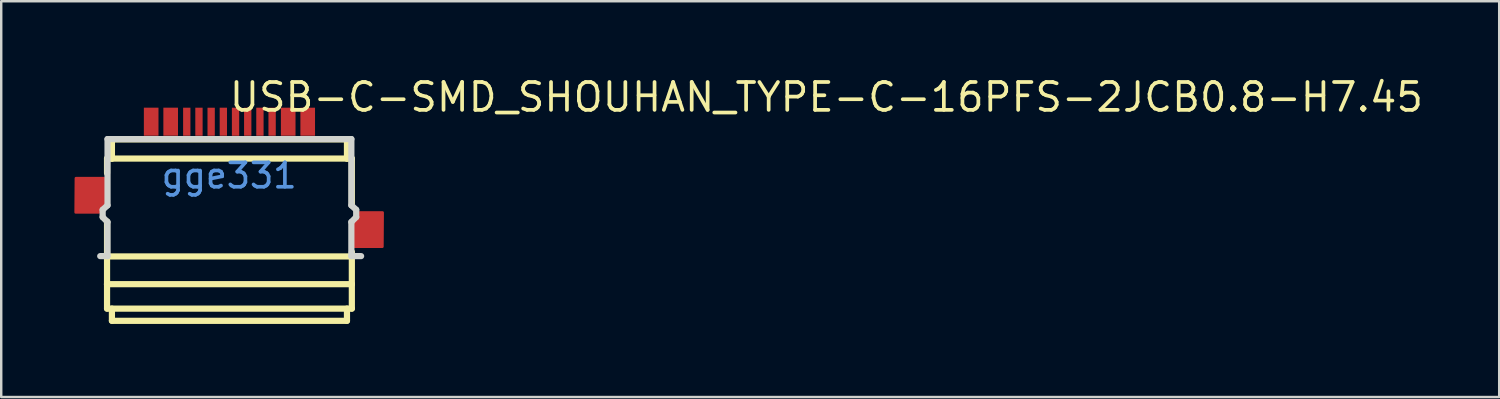
<source format=kicad_pcb>
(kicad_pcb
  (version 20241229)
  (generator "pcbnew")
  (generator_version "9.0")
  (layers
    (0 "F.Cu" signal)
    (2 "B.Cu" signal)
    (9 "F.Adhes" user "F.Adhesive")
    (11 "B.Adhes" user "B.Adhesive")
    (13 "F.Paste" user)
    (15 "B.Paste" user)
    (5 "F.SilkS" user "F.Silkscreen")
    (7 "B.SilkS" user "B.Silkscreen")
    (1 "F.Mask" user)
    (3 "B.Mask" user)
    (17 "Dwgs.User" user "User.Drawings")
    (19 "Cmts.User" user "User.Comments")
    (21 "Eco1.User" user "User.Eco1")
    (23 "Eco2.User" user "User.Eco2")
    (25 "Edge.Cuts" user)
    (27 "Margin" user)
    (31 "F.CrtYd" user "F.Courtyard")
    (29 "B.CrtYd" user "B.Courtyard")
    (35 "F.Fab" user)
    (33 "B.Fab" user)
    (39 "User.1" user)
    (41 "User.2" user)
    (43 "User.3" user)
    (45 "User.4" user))
  (footprint "USB-C-SMD_SHOUHAN_TYPE-C-16PFS-2JCB0.8-H7.45"
    (layer "F.Cu")
    (at 6.348 4.154)
    (property "Reference" "USB-C-SMD_SHOUHAN_TYPE-C-16PFS-2JCB0.8-H7.45" (at -0.071 -3.219 0) (layer "F.SilkS") (effects (font (size 1.143 1.143) (thickness 0.152)) (justify left)))
    (attr smd)
    (fp_poly (pts (xy -6.288 0.1) (xy -5.128 0.1) (xy -5.128 1.12) (xy -5.328 1.32) (xy -5.328 1.5) (xy -5.338 1.51) (xy -6.298 1.51)) (stroke (width 0) (type solid)) (fill yes) (layer "F.Cu"))
    (fp_line (start -5.01 4.45) (end 5.03 4.45) (stroke (width 0.254) (type solid)) (layer "F.SilkS"))
    (fp_line (start -5.008 -0.7) (end -4.808 -0.7) (stroke (width 0.254) (type solid)) (layer "F.SilkS"))
    (fp_line (start -5.008 -0.104) (end -5.008 -0.7) (stroke (width 0.254) (type solid)) (layer "F.SilkS"))
    (fp_line (start -5.008 3.313) (end -5.008 1.876) (stroke (width 0.254) (type solid)) (layer "F.SilkS"))
    (fp_line (start -5.008 3.313) (end 5.032 3.313) (stroke (width 0.254) (type solid)) (layer "F.SilkS"))
    (fp_line (start -5.008 4.453) (end -5.008 3.313) (stroke (width 0.254) (type solid)) (layer "F.SilkS"))
    (fp_line (start -5.008 4.453) (end -5.008 5.453) (stroke (width 0.254) (type solid)) (layer "F.SilkS"))
    (fp_line (start -5.008 5.453) (end 5.032 5.453) (stroke (width 0.254) (type solid)) (layer "F.SilkS"))
    (fp_line (start -4.808 -1.487) (end -4.808 -0.7) (stroke (width 0.254) (type solid)) (layer "F.SilkS"))
    (fp_line (start -4.808 -1.487) (end 4.832 -1.487) (stroke (width 0.254) (type solid)) (layer "F.SilkS"))
    (fp_line (start -4.808 -0.7) (end 4.832 -0.7) (stroke (width 0.254) (type solid)) (layer "F.SilkS"))
    (fp_line (start -4.808 5.453) (end -4.808 5.953) (stroke (width 0.254) (type solid)) (layer "F.SilkS"))
    (fp_line (start -4.808 5.953) (end 4.832 5.953) (stroke (width 0.254) (type solid)) (layer "F.SilkS"))
    (fp_line (start 4.832 -1.487) (end 4.832 -0.7) (stroke (width 0.254) (type solid)) (layer "F.SilkS"))
    (fp_line (start 4.832 5.453) (end 4.832 5.953) (stroke (width 0.254) (type solid)) (layer "F.SilkS"))
    (fp_line (start 5.032 -0.7) (end 4.832 -0.7) (stroke (width 0.254) (type solid)) (layer "F.SilkS"))
    (fp_line (start 5.032 1.15) (end 5.032 -0.7) (stroke (width 0.254) (type solid)) (layer "F.SilkS"))
    (fp_line (start 5.032 3.313) (end 5.032 3.129) (stroke (width 0.254) (type solid)) (layer "F.SilkS"))
    (fp_line (start 5.032 4.453) (end 5.032 3.313) (stroke (width 0.254) (type solid)) (layer "F.SilkS"))
    (fp_line (start 5.032 4.453) (end 5.032 5.453) (stroke (width 0.254) (type solid)) (layer "F.SilkS"))
    (fp_line (start -5.188 1.4) (end -4.989 1.218) (stroke (width 0.254) (type solid)) (layer "Edge.Cuts"))
    (fp_line (start -5.188 1.7) (end -5.188 1.4) (stroke (width 0.254) (type solid)) (layer "Edge.Cuts"))
    (fp_line (start -4.989 1.901) (end -5.188 1.7) (stroke (width 0.254) (type solid)) (layer "Edge.Cuts"))
    (fp_line (start -4.989 3.301) (end -4.989 1.901) (stroke (width 0.254) (type solid)) (layer "Edge.Cuts"))
    (fp_line (start -4.988 -1.5) (end -4.988 1.218) (stroke (width 0.254) (type solid)) (layer "Edge.Cuts"))
    (fp_line (start -4.988 -1.5) (end 5.012 -1.5) (stroke (width 0.254) (type solid)) (layer "Edge.Cuts"))
    (fp_line (start -4.988 3.3) (end -5.288 3.3) (stroke (width 0.254) (type solid)) (layer "Edge.Cuts"))
    (fp_line (start 5.012 1.217) (end 5.012 -1.5) (stroke (width 0.254) (type solid)) (layer "Edge.Cuts"))
    (fp_line (start 5.012 1.9) (end 5.211 1.699) (stroke (width 0.254) (type solid)) (layer "Edge.Cuts"))
    (fp_line (start 5.012 3.3) (end 5.012 1.9) (stroke (width 0.254) (type solid)) (layer "Edge.Cuts"))
    (fp_line (start 5.012 3.3) (end 5.412 3.3) (stroke (width 0.254) (type solid)) (layer "Edge.Cuts"))
    (fp_line (start 5.211 1.399) (end 5.012 1.217) (stroke (width 0.254) (type solid)) (layer "Edge.Cuts"))
    (fp_line (start 5.211 1.699) (end 5.211 1.399) (stroke (width 0.254) (type solid)) (layer "Edge.Cuts"))
    (fp_text user "gge331" (at 0 0 0) (layer "Cmts.User") (effects (font (size 1 1) (thickness 0.15))))
    (pad "13" smd custom (at -5.713 0.805) (size 1.17 1.41) (layers "F.Cu" "F.Mask" "F.Paste") (options (anchor circle)) (primitives (gr_poly (pts (xy 0.585 0.315) (xy 0.585 -0.705) (xy -0.575 -0.705) (xy -0.585 0.705) (xy 0.375 0.705) (xy 0.385 0.695) (xy 0.385 0.515) (xy 0.585 0.315)) (width 0.1) (fill yes))))
    (pad "14" smd custom (at 5.713 2.213 180) (size 1.17 1.41) (layers "F.Cu" "F.Mask" "F.Paste") (options (anchor circle)) (primitives (gr_poly (pts (xy 0.585 0.315) (xy 0.585 -0.705) (xy -0.575 -0.705) (xy -0.585 0.705) (xy 0.375 0.705) (xy 0.385 0.695) (xy 0.385 0.515) (xy 0.585 0.315)) (width 0.1) (fill yes))))
    (pad "A4B9" smd rect (at -2.398 -2.213 180) (size 0.6 1.15) (layers "F.Cu" "F.Mask" "F.Paste"))
    (pad "A5" smd rect (at -1.238 -2.212) (size 0.3 1.15) (layers "F.Cu" "F.Mask" "F.Paste"))
    (pad "A6" smd rect (at -0.238 -2.212) (size 0.3 1.15) (layers "F.Cu" "F.Mask" "F.Paste"))
    (pad "A7" smd rect (at 0.262 -2.211) (size 0.3 1.15) (layers "F.Cu" "F.Mask" "F.Paste"))
    (pad "A8" smd rect (at 1.262 -2.212) (size 0.3 1.15) (layers "F.Cu" "F.Mask" "F.Paste"))
    (pad "A9B4" smd rect (at 2.422 -2.212) (size 0.6 1.15) (layers "F.Cu" "F.Mask" "F.Paste"))
    (pad "B1A12" smd rect (at 3.222 -2.212) (size 0.6 1.15) (layers "F.Cu" "F.Mask" "F.Paste"))
    (pad "B5" smd rect (at 1.762 -2.212) (size 0.3 1.15) (layers "F.Cu" "F.Mask" "F.Paste"))
    (pad "B6" smd rect (at 0.762 -2.212) (size 0.3 1.15) (layers "F.Cu" "F.Mask" "F.Paste"))
    (pad "B7" smd rect (at -0.738 -2.211) (size 0.3 1.15) (layers "F.Cu" "F.Mask" "F.Paste"))
    (pad "B8" smd rect (at -1.738 -2.212) (size 0.3 1.15) (layers "F.Cu" "F.Mask" "F.Paste"))
    (pad "B12A1" smd rect (at -3.198 -2.213 180) (size 0.6 1.15) (layers "F.Cu" "F.Mask" "F.Paste")))
  (gr_rect
    (start -3 -3)
    (end 58.436 13.234)
    (stroke (width 0.1) (type default))
    (fill no)
    (layer "Edge.Cuts")))
</source>
